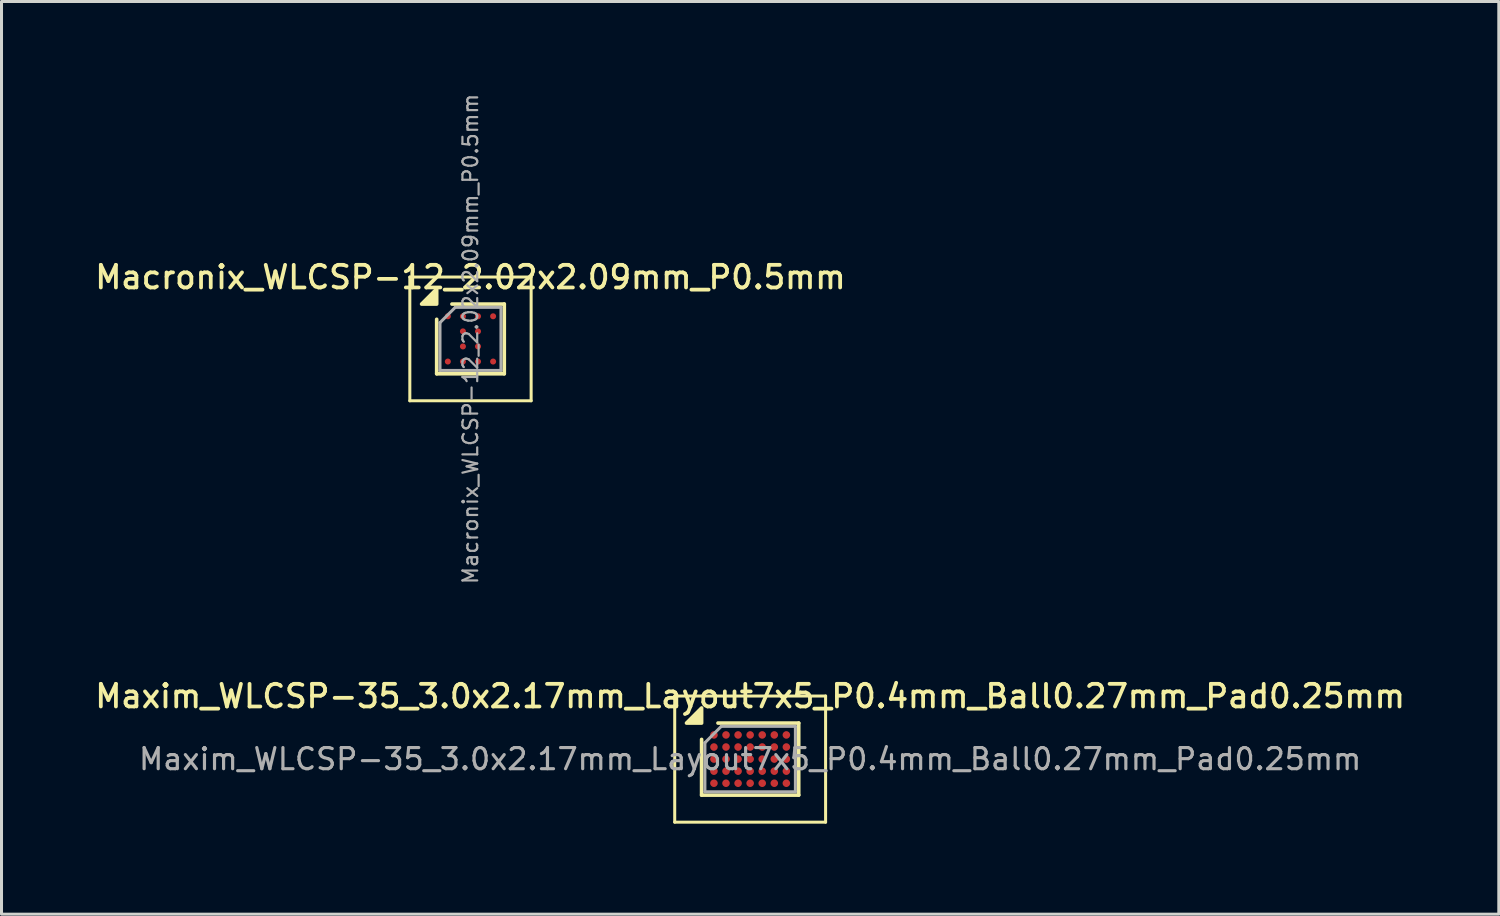
<source format=kicad_pcb>
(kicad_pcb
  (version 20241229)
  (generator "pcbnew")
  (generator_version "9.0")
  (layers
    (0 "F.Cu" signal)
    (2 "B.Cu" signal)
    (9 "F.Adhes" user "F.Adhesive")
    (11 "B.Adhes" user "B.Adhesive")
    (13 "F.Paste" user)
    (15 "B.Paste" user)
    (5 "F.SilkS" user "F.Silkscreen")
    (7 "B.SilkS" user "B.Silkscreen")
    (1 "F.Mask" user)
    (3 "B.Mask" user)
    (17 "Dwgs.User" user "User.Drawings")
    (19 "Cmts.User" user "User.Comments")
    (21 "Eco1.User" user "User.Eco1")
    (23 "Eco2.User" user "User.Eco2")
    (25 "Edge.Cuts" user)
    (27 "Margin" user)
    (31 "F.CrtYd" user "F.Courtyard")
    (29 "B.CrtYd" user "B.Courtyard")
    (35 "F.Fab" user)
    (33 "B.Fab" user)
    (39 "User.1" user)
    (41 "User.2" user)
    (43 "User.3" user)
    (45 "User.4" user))
  (footprint "Maxim_WLCSP-35_3.0x2.17mm_Layout7x5_P0.4mm_Ball0.27mm_Pad0.25mm"
    (layer "F.Cu")
    (at 21.809 22.105)
    (property "Reference" "Maxim_WLCSP-35_3.0x2.17mm_Layout7x5_P0.4mm_Ball0.27mm_Pad0.25mm" (at 0 -2.084 0) (layer "F.SilkS") (effects (font (size 0.75 0.75) (thickness 0.125))))
    (attr smd)
    (fp_line (start -2.5 -2.09) (end -2.5 2.09) (stroke (width 0.1) (type solid)) (layer "F.SilkS"))
    (fp_line (start -2.5 2.09) (end 2.5 2.09) (stroke (width 0.1) (type solid)) (layer "F.SilkS"))
    (fp_line (start -1.609 1.194) (end -1.609 -0.652) (stroke (width 0.12) (type solid)) (layer "F.SilkS"))
    (fp_line (start -1.067 -1.194) (end 1.609 -1.194) (stroke (width 0.12) (type solid)) (layer "F.SilkS"))
    (fp_line (start 1.609 -1.194) (end 1.609 1.194) (stroke (width 0.12) (type solid)) (layer "F.SilkS"))
    (fp_line (start 1.609 1.194) (end -1.609 1.194) (stroke (width 0.12) (type solid)) (layer "F.SilkS"))
    (fp_line (start 2.5 -2.09) (end -2.5 -2.09) (stroke (width 0.1) (type solid)) (layer "F.SilkS"))
    (fp_line (start 2.5 2.09) (end 2.5 -2.09) (stroke (width 0.1) (type solid)) (layer "F.SilkS"))
    (fp_poly (pts (xy -1.609 -1.194) (xy -2.109 -1.194) (xy -1.609 -1.694) (xy -1.609 -1.194)) (stroke (width 0.12) (type solid)) (fill yes) (layer "F.SilkS"))
    (fp_line (start -1.499 -0.542) (end -0.957 -1.084) (stroke (width 0.1) (type solid)) (layer "F.Fab"))
    (fp_line (start -1.499 1.084) (end -1.499 -0.542) (stroke (width 0.1) (type solid)) (layer "F.Fab"))
    (fp_line (start -0.957 -1.084) (end 1.499 -1.084) (stroke (width 0.1) (type solid)) (layer "F.Fab"))
    (fp_line (start 1.499 -1.084) (end 1.499 1.084) (stroke (width 0.1) (type solid)) (layer "F.Fab"))
    (fp_line (start 1.499 1.084) (end -1.499 1.084) (stroke (width 0.1) (type solid)) (layer "F.Fab"))
    (fp_text user "${REFERENCE}" (at 0 0 0) (layer "F.Fab") (effects (font (size 0.7 0.7) (thickness 0.105))))
    (pad "A1" smd circle (at -1.2 -0.8) (size 0.25 0.25) (property pad_prop_bga) (layers "F.Cu" "F.Mask" "F.Paste"))
    (pad "A2" smd circle (at -0.8 -0.8) (size 0.25 0.25) (property pad_prop_bga) (layers "F.Cu" "F.Mask" "F.Paste"))
    (pad "A3" smd circle (at -0.4 -0.8) (size 0.25 0.25) (property pad_prop_bga) (layers "F.Cu" "F.Mask" "F.Paste"))
    (pad "A4" smd circle (at 0 -0.8) (size 0.25 0.25) (property pad_prop_bga) (layers "F.Cu" "F.Mask" "F.Paste"))
    (pad "A5" smd circle (at 0.4 -0.8) (size 0.25 0.25) (property pad_prop_bga) (layers "F.Cu" "F.Mask" "F.Paste"))
    (pad "A6" smd circle (at 0.8 -0.8) (size 0.25 0.25) (property pad_prop_bga) (layers "F.Cu" "F.Mask" "F.Paste"))
    (pad "A7" smd circle (at 1.2 -0.8) (size 0.25 0.25) (property pad_prop_bga) (layers "F.Cu" "F.Mask" "F.Paste"))
    (pad "B1" smd circle (at -1.2 -0.4) (size 0.25 0.25) (property pad_prop_bga) (layers "F.Cu" "F.Mask" "F.Paste"))
    (pad "B2" smd circle (at -0.8 -0.4) (size 0.25 0.25) (property pad_prop_bga) (layers "F.Cu" "F.Mask" "F.Paste"))
    (pad "B3" smd circle (at -0.4 -0.4) (size 0.25 0.25) (property pad_prop_bga) (layers "F.Cu" "F.Mask" "F.Paste"))
    (pad "B4" smd circle (at 0 -0.4) (size 0.25 0.25) (property pad_prop_bga) (layers "F.Cu" "F.Mask" "F.Paste"))
    (pad "B5" smd circle (at 0.4 -0.4) (size 0.25 0.25) (property pad_prop_bga) (layers "F.Cu" "F.Mask" "F.Paste"))
    (pad "B6" smd circle (at 0.8 -0.4) (size 0.25 0.25) (property pad_prop_bga) (layers "F.Cu" "F.Mask" "F.Paste"))
    (pad "B7" smd circle (at 1.2 -0.4) (size 0.25 0.25) (property pad_prop_bga) (layers "F.Cu" "F.Mask" "F.Paste"))
    (pad "C1" smd circle (at -1.2 0) (size 0.25 0.25) (property pad_prop_bga) (layers "F.Cu" "F.Mask" "F.Paste"))
    (pad "C2" smd circle (at -0.8 0) (size 0.25 0.25) (property pad_prop_bga) (layers "F.Cu" "F.Mask" "F.Paste"))
    (pad "C3" smd circle (at -0.4 0) (size 0.25 0.25) (property pad_prop_bga) (layers "F.Cu" "F.Mask" "F.Paste"))
    (pad "C4" smd circle (at 0 0) (size 0.25 0.25) (property pad_prop_bga) (layers "F.Cu" "F.Mask" "F.Paste"))
    (pad "C5" smd circle (at 0.4 0) (size 0.25 0.25) (property pad_prop_bga) (layers "F.Cu" "F.Mask" "F.Paste"))
    (pad "C6" smd circle (at 0.8 0) (size 0.25 0.25) (property pad_prop_bga) (layers "F.Cu" "F.Mask" "F.Paste"))
    (pad "C7" smd circle (at 1.2 0) (size 0.25 0.25) (property pad_prop_bga) (layers "F.Cu" "F.Mask" "F.Paste"))
    (pad "D1" smd circle (at -1.2 0.4) (size 0.25 0.25) (property pad_prop_bga) (layers "F.Cu" "F.Mask" "F.Paste"))
    (pad "D2" smd circle (at -0.8 0.4) (size 0.25 0.25) (property pad_prop_bga) (layers "F.Cu" "F.Mask" "F.Paste"))
    (pad "D3" smd circle (at -0.4 0.4) (size 0.25 0.25) (property pad_prop_bga) (layers "F.Cu" "F.Mask" "F.Paste"))
    (pad "D4" smd circle (at 0 0.4) (size 0.25 0.25) (property pad_prop_bga) (layers "F.Cu" "F.Mask" "F.Paste"))
    (pad "D5" smd circle (at 0.4 0.4) (size 0.25 0.25) (property pad_prop_bga) (layers "F.Cu" "F.Mask" "F.Paste"))
    (pad "D6" smd circle (at 0.8 0.4) (size 0.25 0.25) (property pad_prop_bga) (layers "F.Cu" "F.Mask" "F.Paste"))
    (pad "D7" smd circle (at 1.2 0.4) (size 0.25 0.25) (property pad_prop_bga) (layers "F.Cu" "F.Mask" "F.Paste"))
    (pad "E1" smd circle (at -1.2 0.8) (size 0.25 0.25) (property pad_prop_bga) (layers "F.Cu" "F.Mask" "F.Paste"))
    (pad "E2" smd circle (at -0.8 0.8) (size 0.25 0.25) (property pad_prop_bga) (layers "F.Cu" "F.Mask" "F.Paste"))
    (pad "E3" smd circle (at -0.4 0.8) (size 0.25 0.25) (property pad_prop_bga) (layers "F.Cu" "F.Mask" "F.Paste"))
    (pad "E4" smd circle (at 0 0.8) (size 0.25 0.25) (property pad_prop_bga) (layers "F.Cu" "F.Mask" "F.Paste"))
    (pad "E5" smd circle (at 0.4 0.8) (size 0.25 0.25) (property pad_prop_bga) (layers "F.Cu" "F.Mask" "F.Paste"))
    (pad "E6" smd circle (at 0.8 0.8) (size 0.25 0.25) (property pad_prop_bga) (layers "F.Cu" "F.Mask" "F.Paste"))
    (pad "E7" smd circle (at 1.2 0.8) (size 0.25 0.25) (property pad_prop_bga) (layers "F.Cu" "F.Mask" "F.Paste")))
  (footprint "Macronix_WLCSP-12_2.02x2.09mm_P0.5mm"
    (layer "F.Cu")
    (at 12.541 8.181)
    (property "Reference" "Macronix_WLCSP-12_2.02x2.09mm_P0.5mm" (at 0 -2.045 0) (layer "F.SilkS") (effects (font (size 0.75 0.75) (thickness 0.125))))
    (attr smd)
    (fp_line (start -2.01 -2.05) (end -2.01 2.05) (stroke (width 0.1) (type solid)) (layer "F.SilkS"))
    (fp_line (start -2.01 2.05) (end 2.01 2.05) (stroke (width 0.1) (type solid)) (layer "F.SilkS"))
    (fp_line (start -1.12 1.155) (end -1.12 -0.65) (stroke (width 0.12) (type solid)) (layer "F.SilkS"))
    (fp_line (start -0.615 -1.155) (end 1.12 -1.155) (stroke (width 0.12) (type solid)) (layer "F.SilkS"))
    (fp_line (start 1.12 -1.155) (end 1.12 1.155) (stroke (width 0.12) (type solid)) (layer "F.SilkS"))
    (fp_line (start 1.12 1.155) (end -1.12 1.155) (stroke (width 0.12) (type solid)) (layer "F.SilkS"))
    (fp_line (start 2.01 -2.05) (end -2.01 -2.05) (stroke (width 0.1) (type solid)) (layer "F.SilkS"))
    (fp_line (start 2.01 2.05) (end 2.01 -2.05) (stroke (width 0.1) (type solid)) (layer "F.SilkS"))
    (fp_poly (pts (xy -1.12 -1.155) (xy -1.62 -1.155) (xy -1.12 -1.655) (xy -1.12 -1.155)) (stroke (width 0.12) (type solid)) (fill yes) (layer "F.SilkS"))
    (fp_line (start -1.01 -0.54) (end -0.505 -1.045) (stroke (width 0.1) (type solid)) (layer "F.Fab"))
    (fp_line (start -1.01 1.045) (end -1.01 -0.54) (stroke (width 0.1) (type solid)) (layer "F.Fab"))
    (fp_line (start -0.505 -1.045) (end 1.01 -1.045) (stroke (width 0.1) (type solid)) (layer "F.Fab"))
    (fp_line (start 1.01 -1.045) (end 1.01 1.045) (stroke (width 0.1) (type solid)) (layer "F.Fab"))
    (fp_line (start 1.01 1.045) (end -1.01 1.045) (stroke (width 0.1) (type solid)) (layer "F.Fab"))
    (fp_text user "${REFERENCE}" (at 0 0 270) (layer "F.Fab") (effects (font (size 0.49 0.49) (thickness 0.073))))
    (pad "A1" smd circle (at -0.75 -0.75) (size 0.2 0.2) (property pad_prop_bga) (layers "F.Cu" "F.Mask" "F.Paste"))
    (pad "A2" smd circle (at -0.25 -0.75) (size 0.2 0.2) (property pad_prop_bga) (layers "F.Cu" "F.Mask" "F.Paste"))
    (pad "A3" smd circle (at 0.25 -0.75) (size 0.2 0.2) (property pad_prop_bga) (layers "F.Cu" "F.Mask" "F.Paste"))
    (pad "A4" smd circle (at 0.75 -0.75) (size 0.2 0.2) (property pad_prop_bga) (layers "F.Cu" "F.Mask" "F.Paste"))
    (pad "B2" smd circle (at -0.25 -0.25) (size 0.2 0.2) (property pad_prop_bga) (layers "F.Cu" "F.Mask" "F.Paste"))
    (pad "B3" smd circle (at 0.25 -0.25) (size 0.2 0.2) (property pad_prop_bga) (layers "F.Cu" "F.Mask" "F.Paste"))
    (pad "C2" smd circle (at -0.25 0.25) (size 0.2 0.2) (property pad_prop_bga) (layers "F.Cu" "F.Mask" "F.Paste"))
    (pad "C3" smd circle (at 0.25 0.25) (size 0.2 0.2) (property pad_prop_bga) (layers "F.Cu" "F.Mask" "F.Paste"))
    (pad "D1" smd circle (at -0.75 0.75) (size 0.2 0.2) (property pad_prop_bga) (layers "F.Cu" "F.Mask" "F.Paste"))
    (pad "D2" smd circle (at -0.25 0.75) (size 0.2 0.2) (property pad_prop_bga) (layers "F.Cu" "F.Mask" "F.Paste"))
    (pad "D3" smd circle (at 0.25 0.75) (size 0.2 0.2) (property pad_prop_bga) (layers "F.Cu" "F.Mask" "F.Paste"))
    (pad "D4" smd circle (at 0.75 0.75) (size 0.2 0.2) (property pad_prop_bga) (layers "F.Cu" "F.Mask" "F.Paste")))
  (gr_rect
    (start -3 -3)
    (end 46.618 27.245)
    (stroke (width 0.1) (type default))
    (fill no)
    (layer "Edge.Cuts")))
</source>
